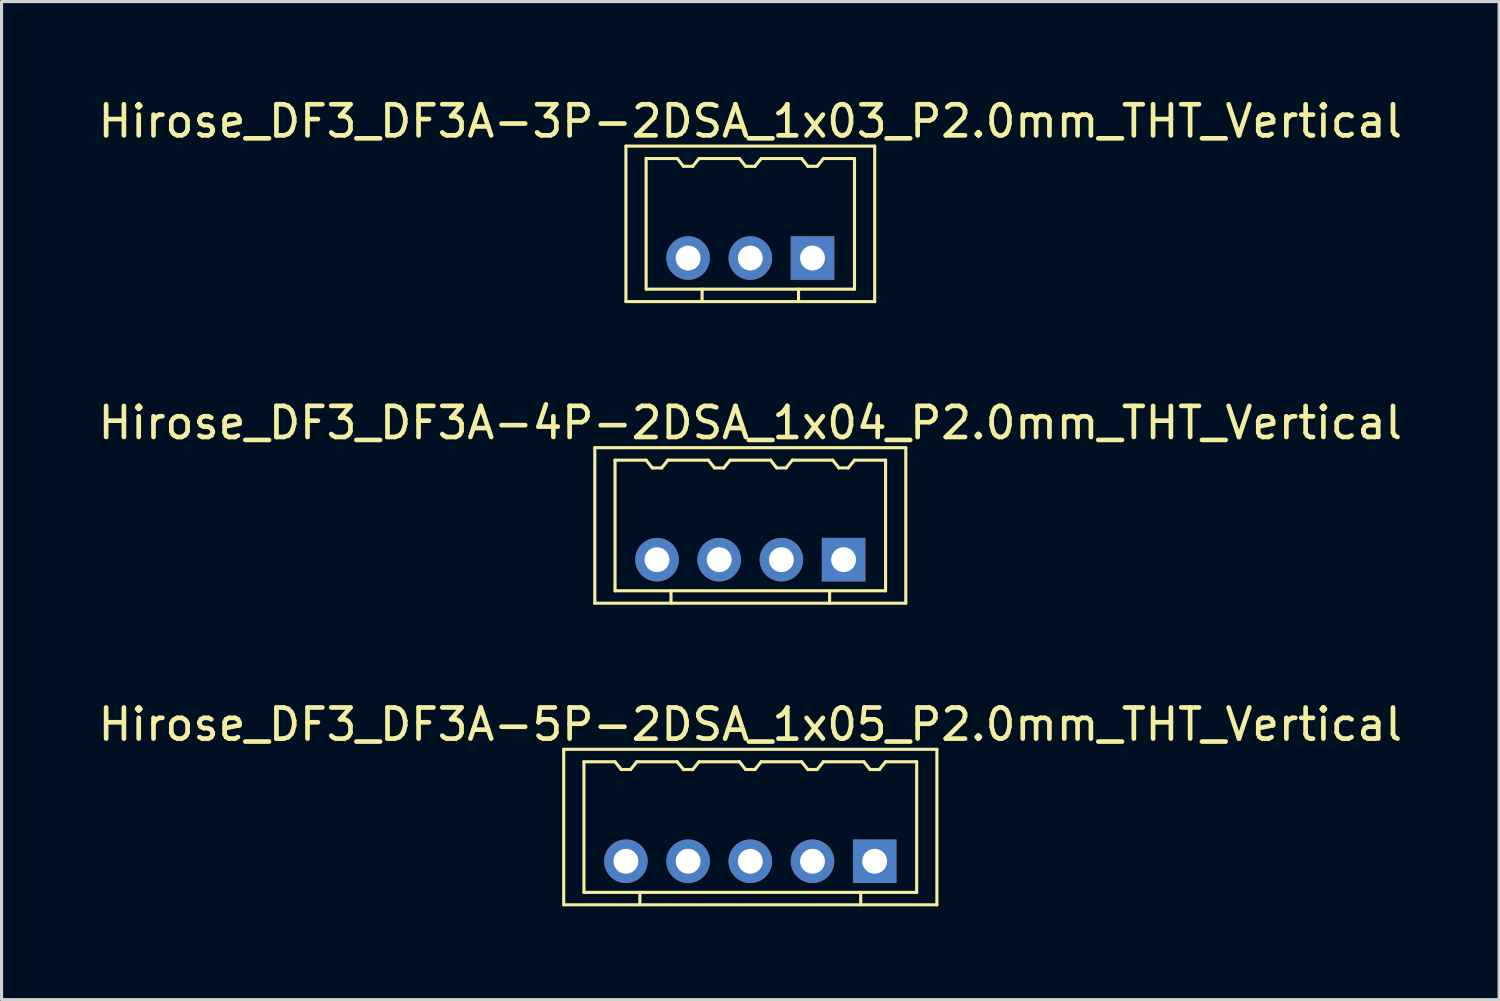
<source format=kicad_pcb>
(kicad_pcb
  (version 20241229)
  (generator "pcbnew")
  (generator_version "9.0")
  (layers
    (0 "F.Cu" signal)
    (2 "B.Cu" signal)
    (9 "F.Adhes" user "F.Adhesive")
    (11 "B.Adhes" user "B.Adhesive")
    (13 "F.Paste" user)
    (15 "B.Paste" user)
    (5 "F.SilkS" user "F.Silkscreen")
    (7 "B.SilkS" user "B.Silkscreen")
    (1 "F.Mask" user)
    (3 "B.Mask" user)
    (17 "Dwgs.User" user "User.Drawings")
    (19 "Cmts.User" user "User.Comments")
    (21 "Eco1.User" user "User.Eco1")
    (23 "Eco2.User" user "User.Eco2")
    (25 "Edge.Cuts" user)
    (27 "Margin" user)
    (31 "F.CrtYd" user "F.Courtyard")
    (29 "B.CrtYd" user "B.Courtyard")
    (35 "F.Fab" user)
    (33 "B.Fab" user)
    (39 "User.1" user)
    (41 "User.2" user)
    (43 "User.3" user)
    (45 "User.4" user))
  (footprint "Hirose_DF3_DF3A-3P-2DSA_1x03_P2.0mm_THT_Vertical"
    (layer "F.Cu")
    (at 21.077 5.248)
    (property "Reference" "Hirose_DF3_DF3A-3P-2DSA_1x03_P2.0mm_THT_Vertical" (at 0 -4.4 0) (layer "F.SilkS") (effects (font (size 1 1) (thickness 0.15))))
    (attr through_hole)
    (fp_line (start -4 -3.6) (end 4 -3.6) (stroke (width 0.1) (type solid)) (layer "F.SilkS"))
    (fp_line (start -4 1.4) (end -4 -3.6) (stroke (width 0.1) (type solid)) (layer "F.SilkS"))
    (fp_line (start -4 1.4) (end 4 1.4) (stroke (width 0.1) (type solid)) (layer "F.SilkS"))
    (fp_line (start -3.35 -3.2) (end -3.35 1) (stroke (width 0.1) (type solid)) (layer "F.SilkS"))
    (fp_line (start -3.35 1) (end 3.35 1) (stroke (width 0.1) (type solid)) (layer "F.SilkS"))
    (fp_line (start -2.35 -3.2) (end -3.35 -3.2) (stroke (width 0.1) (type solid)) (layer "F.SilkS"))
    (fp_line (start -2.35 -3.2) (end -2.15 -2.95) (stroke (width 0.1) (type solid)) (layer "F.SilkS"))
    (fp_line (start -2.15 -2.95) (end -1.85 -2.95) (stroke (width 0.1) (type solid)) (layer "F.SilkS"))
    (fp_line (start -1.85 -2.95) (end -1.65 -3.2) (stroke (width 0.1) (type solid)) (layer "F.SilkS"))
    (fp_line (start -1.55 1) (end -1.55 1.4) (stroke (width 0.1) (type solid)) (layer "F.SilkS"))
    (fp_line (start -0.35 -3.2) (end -1.65 -3.2) (stroke (width 0.1) (type solid)) (layer "F.SilkS"))
    (fp_line (start -0.35 -3.2) (end -0.15 -2.95) (stroke (width 0.1) (type solid)) (layer "F.SilkS"))
    (fp_line (start -0.15 -2.95) (end 0.15 -2.95) (stroke (width 0.1) (type solid)) (layer "F.SilkS"))
    (fp_line (start 0.15 -2.95) (end 0.35 -3.2) (stroke (width 0.1) (type solid)) (layer "F.SilkS"))
    (fp_line (start 1.55 1) (end 1.55 1.4) (stroke (width 0.1) (type solid)) (layer "F.SilkS"))
    (fp_line (start 1.65 -3.2) (end 0.35 -3.2) (stroke (width 0.1) (type solid)) (layer "F.SilkS"))
    (fp_line (start 1.65 -3.2) (end 1.85 -2.95) (stroke (width 0.1) (type solid)) (layer "F.SilkS"))
    (fp_line (start 1.85 -2.95) (end 2.15 -2.95) (stroke (width 0.1) (type solid)) (layer "F.SilkS"))
    (fp_line (start 2.15 -2.95) (end 2.35 -3.2) (stroke (width 0.1) (type solid)) (layer "F.SilkS"))
    (fp_line (start 3.35 -3.2) (end 2.35 -3.2) (stroke (width 0.1) (type solid)) (layer "F.SilkS"))
    (fp_line (start 3.35 1) (end 3.35 -3.2) (stroke (width 0.1) (type solid)) (layer "F.SilkS"))
    (fp_line (start 4 1.4) (end 4 -3.6) (stroke (width 0.1) (type solid)) (layer "F.SilkS"))
    (pad "1" thru_hole rect (at 2 0) (size 1.4 1.4) (drill 0.8) (layers "*.Cu" "*.Mask"))
    (pad "2" thru_hole circle (at 0 0) (size 1.4 1.4) (drill 0.8) (layers "*.Cu" "*.Mask"))
    (pad "3" thru_hole circle (at -2 0) (size 1.4 1.4) (drill 0.8) (layers "*.Cu" "*.Mask")))
  (footprint "Hirose_DF3_DF3A-5P-2DSA_1x05_P2.0mm_THT_Vertical"
    (layer "F.Cu")
    (at 21.077 24.645)
    (property "Reference" "Hirose_DF3_DF3A-5P-2DSA_1x05_P2.0mm_THT_Vertical" (at 0 -4.4 0) (layer "F.SilkS") (effects (font (size 1 1) (thickness 0.15))))
    (attr through_hole)
    (fp_line (start -6 -3.6) (end 6 -3.6) (stroke (width 0.1) (type solid)) (layer "F.SilkS"))
    (fp_line (start -6 1.4) (end -6 -3.6) (stroke (width 0.1) (type solid)) (layer "F.SilkS"))
    (fp_line (start -6 1.4) (end 6 1.4) (stroke (width 0.1) (type solid)) (layer "F.SilkS"))
    (fp_line (start -5.35 -3.2) (end -5.35 1) (stroke (width 0.1) (type solid)) (layer "F.SilkS"))
    (fp_line (start -5.35 1) (end 5.35 1) (stroke (width 0.1) (type solid)) (layer "F.SilkS"))
    (fp_line (start -4.35 -3.2) (end -5.35 -3.2) (stroke (width 0.1) (type solid)) (layer "F.SilkS"))
    (fp_line (start -4.35 -3.2) (end -4.15 -2.95) (stroke (width 0.1) (type solid)) (layer "F.SilkS"))
    (fp_line (start -4.15 -2.95) (end -3.85 -2.95) (stroke (width 0.1) (type solid)) (layer "F.SilkS"))
    (fp_line (start -3.85 -2.95) (end -3.65 -3.2) (stroke (width 0.1) (type solid)) (layer "F.SilkS"))
    (fp_line (start -3.55 1) (end -3.55 1.4) (stroke (width 0.1) (type solid)) (layer "F.SilkS"))
    (fp_line (start -2.35 -3.2) (end -3.65 -3.2) (stroke (width 0.1) (type solid)) (layer "F.SilkS"))
    (fp_line (start -2.35 -3.2) (end -2.15 -2.95) (stroke (width 0.1) (type solid)) (layer "F.SilkS"))
    (fp_line (start -2.15 -2.95) (end -1.85 -2.95) (stroke (width 0.1) (type solid)) (layer "F.SilkS"))
    (fp_line (start -1.85 -2.95) (end -1.65 -3.2) (stroke (width 0.1) (type solid)) (layer "F.SilkS"))
    (fp_line (start -0.35 -3.2) (end -1.65 -3.2) (stroke (width 0.1) (type solid)) (layer "F.SilkS"))
    (fp_line (start -0.35 -3.2) (end -0.15 -2.95) (stroke (width 0.1) (type solid)) (layer "F.SilkS"))
    (fp_line (start -0.15 -2.95) (end 0.15 -2.95) (stroke (width 0.1) (type solid)) (layer "F.SilkS"))
    (fp_line (start 0.15 -2.95) (end 0.35 -3.2) (stroke (width 0.1) (type solid)) (layer "F.SilkS"))
    (fp_line (start 1.65 -3.2) (end 0.35 -3.2) (stroke (width 0.1) (type solid)) (layer "F.SilkS"))
    (fp_line (start 1.65 -3.2) (end 1.85 -2.95) (stroke (width 0.1) (type solid)) (layer "F.SilkS"))
    (fp_line (start 1.85 -2.95) (end 2.15 -2.95) (stroke (width 0.1) (type solid)) (layer "F.SilkS"))
    (fp_line (start 2.15 -2.95) (end 2.35 -3.2) (stroke (width 0.1) (type solid)) (layer "F.SilkS"))
    (fp_line (start 3.55 1) (end 3.55 1.4) (stroke (width 0.1) (type solid)) (layer "F.SilkS"))
    (fp_line (start 3.65 -3.2) (end 2.35 -3.2) (stroke (width 0.1) (type solid)) (layer "F.SilkS"))
    (fp_line (start 3.65 -3.2) (end 3.85 -2.95) (stroke (width 0.1) (type solid)) (layer "F.SilkS"))
    (fp_line (start 3.85 -2.95) (end 4.15 -2.95) (stroke (width 0.1) (type solid)) (layer "F.SilkS"))
    (fp_line (start 4.15 -2.95) (end 4.35 -3.2) (stroke (width 0.1) (type solid)) (layer "F.SilkS"))
    (fp_line (start 5.35 -3.2) (end 4.35 -3.2) (stroke (width 0.1) (type solid)) (layer "F.SilkS"))
    (fp_line (start 5.35 1) (end 5.35 -3.2) (stroke (width 0.1) (type solid)) (layer "F.SilkS"))
    (fp_line (start 6 1.4) (end 6 -3.6) (stroke (width 0.1) (type solid)) (layer "F.SilkS"))
    (pad "1" thru_hole rect (at 4 0) (size 1.4 1.4) (drill 0.8) (layers "*.Cu" "*.Mask"))
    (pad "2" thru_hole circle (at 2 0) (size 1.4 1.4) (drill 0.8) (layers "*.Cu" "*.Mask"))
    (pad "3" thru_hole circle (at 0 0) (size 1.4 1.4) (drill 0.8) (layers "*.Cu" "*.Mask"))
    (pad "4" thru_hole circle (at -2 0) (size 1.4 1.4) (drill 0.8) (layers "*.Cu" "*.Mask"))
    (pad "5" thru_hole circle (at -4 0) (size 1.4 1.4) (drill 0.8) (layers "*.Cu" "*.Mask")))
  (footprint "Hirose_DF3_DF3A-4P-2DSA_1x04_P2.0mm_THT_Vertical"
    (layer "F.Cu")
    (at 21.077 14.947)
    (property "Reference" "Hirose_DF3_DF3A-4P-2DSA_1x04_P2.0mm_THT_Vertical" (at 0 -4.4 0) (layer "F.SilkS") (effects (font (size 1 1) (thickness 0.15))))
    (attr through_hole)
    (fp_line (start -5 -3.6) (end 5 -3.6) (stroke (width 0.1) (type solid)) (layer "F.SilkS"))
    (fp_line (start -5 1.4) (end -5 -3.6) (stroke (width 0.1) (type solid)) (layer "F.SilkS"))
    (fp_line (start -5 1.4) (end 5 1.4) (stroke (width 0.1) (type solid)) (layer "F.SilkS"))
    (fp_line (start -4.35 -3.2) (end -4.35 1) (stroke (width 0.1) (type solid)) (layer "F.SilkS"))
    (fp_line (start -4.35 1) (end 4.35 1) (stroke (width 0.1) (type solid)) (layer "F.SilkS"))
    (fp_line (start -3.35 -3.2) (end -4.35 -3.2) (stroke (width 0.1) (type solid)) (layer "F.SilkS"))
    (fp_line (start -3.35 -3.2) (end -3.15 -2.95) (stroke (width 0.1) (type solid)) (layer "F.SilkS"))
    (fp_line (start -3.15 -2.95) (end -2.85 -2.95) (stroke (width 0.1) (type solid)) (layer "F.SilkS"))
    (fp_line (start -2.85 -2.95) (end -2.65 -3.2) (stroke (width 0.1) (type solid)) (layer "F.SilkS"))
    (fp_line (start -2.55 1) (end -2.55 1.4) (stroke (width 0.1) (type solid)) (layer "F.SilkS"))
    (fp_line (start -1.35 -3.2) (end -2.65 -3.2) (stroke (width 0.1) (type solid)) (layer "F.SilkS"))
    (fp_line (start -1.35 -3.2) (end -1.15 -2.95) (stroke (width 0.1) (type solid)) (layer "F.SilkS"))
    (fp_line (start -1.15 -2.95) (end -0.85 -2.95) (stroke (width 0.1) (type solid)) (layer "F.SilkS"))
    (fp_line (start -0.85 -2.95) (end -0.65 -3.2) (stroke (width 0.1) (type solid)) (layer "F.SilkS"))
    (fp_line (start 0.65 -3.2) (end -0.65 -3.2) (stroke (width 0.1) (type solid)) (layer "F.SilkS"))
    (fp_line (start 0.65 -3.2) (end 0.85 -2.95) (stroke (width 0.1) (type solid)) (layer "F.SilkS"))
    (fp_line (start 0.85 -2.95) (end 1.15 -2.95) (stroke (width 0.1) (type solid)) (layer "F.SilkS"))
    (fp_line (start 1.15 -2.95) (end 1.35 -3.2) (stroke (width 0.1) (type solid)) (layer "F.SilkS"))
    (fp_line (start 2.55 1) (end 2.55 1.4) (stroke (width 0.1) (type solid)) (layer "F.SilkS"))
    (fp_line (start 2.65 -3.2) (end 1.35 -3.2) (stroke (width 0.1) (type solid)) (layer "F.SilkS"))
    (fp_line (start 2.65 -3.2) (end 2.85 -2.95) (stroke (width 0.1) (type solid)) (layer "F.SilkS"))
    (fp_line (start 2.85 -2.95) (end 3.15 -2.95) (stroke (width 0.1) (type solid)) (layer "F.SilkS"))
    (fp_line (start 3.15 -2.95) (end 3.35 -3.2) (stroke (width 0.1) (type solid)) (layer "F.SilkS"))
    (fp_line (start 4.35 -3.2) (end 3.35 -3.2) (stroke (width 0.1) (type solid)) (layer "F.SilkS"))
    (fp_line (start 4.35 1) (end 4.35 -3.2) (stroke (width 0.1) (type solid)) (layer "F.SilkS"))
    (fp_line (start 5 1.4) (end 5 -3.6) (stroke (width 0.1) (type solid)) (layer "F.SilkS"))
    (pad "1" thru_hole rect (at 3 0) (size 1.4 1.4) (drill 0.8) (layers "*.Cu" "*.Mask"))
    (pad "2" thru_hole circle (at 1 0) (size 1.4 1.4) (drill 0.8) (layers "*.Cu" "*.Mask"))
    (pad "3" thru_hole circle (at -1 0) (size 1.4 1.4) (drill 0.8) (layers "*.Cu" "*.Mask"))
    (pad "4" thru_hole circle (at -3 0) (size 1.4 1.4) (drill 0.8) (layers "*.Cu" "*.Mask")))
  (gr_rect
    (start -3 -3)
    (end 45.155 29.095)
    (stroke (width 0.1) (type default))
    (fill no)
    (layer "Edge.Cuts")))
</source>
